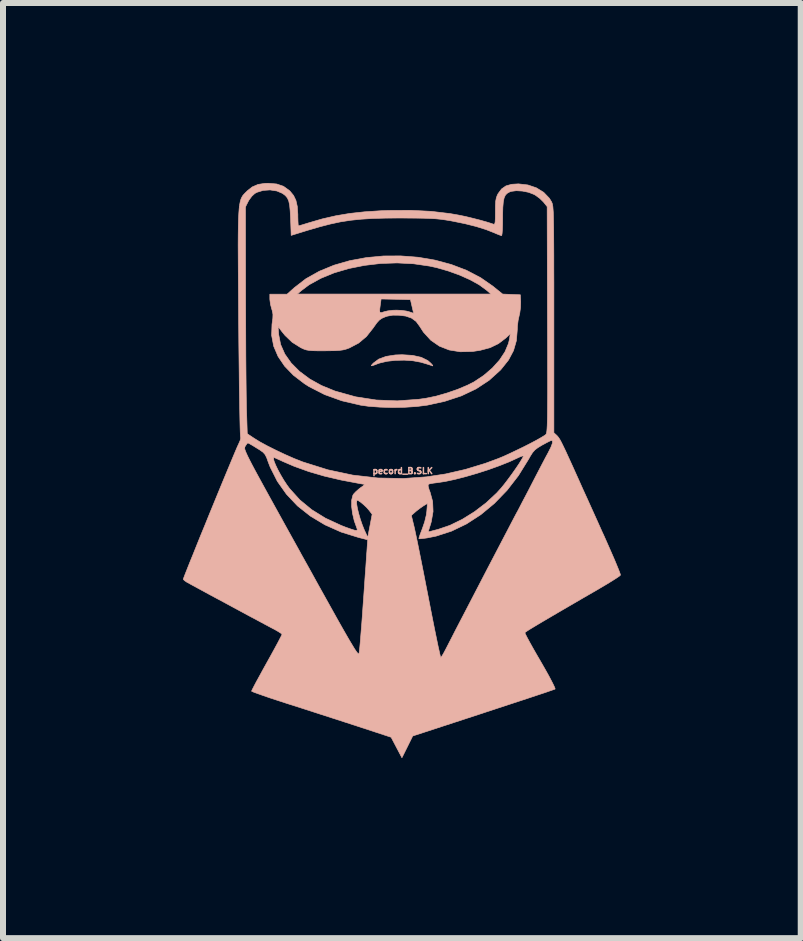
<source format=kicad_pcb>
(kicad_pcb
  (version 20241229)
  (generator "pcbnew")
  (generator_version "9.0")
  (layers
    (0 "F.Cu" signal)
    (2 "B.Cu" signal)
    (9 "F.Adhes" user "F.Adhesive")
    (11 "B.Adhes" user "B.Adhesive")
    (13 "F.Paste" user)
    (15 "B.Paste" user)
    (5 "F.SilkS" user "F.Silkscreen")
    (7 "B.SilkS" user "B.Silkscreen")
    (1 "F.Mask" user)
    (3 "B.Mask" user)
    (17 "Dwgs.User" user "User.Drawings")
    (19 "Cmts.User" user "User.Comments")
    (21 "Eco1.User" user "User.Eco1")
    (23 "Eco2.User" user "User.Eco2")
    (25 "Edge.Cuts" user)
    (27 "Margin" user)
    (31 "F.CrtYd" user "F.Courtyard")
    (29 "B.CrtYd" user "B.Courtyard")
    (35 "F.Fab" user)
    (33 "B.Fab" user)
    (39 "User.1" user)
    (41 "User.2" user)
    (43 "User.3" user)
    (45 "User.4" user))
  (footprint "pecord_B.SLK"
    (layer "F.Cu")
    (at 3.663 4.8)
    (property "Reference" "pecord_B.SLK" (at 0 0 0) (layer "B.SilkS") (effects (font (size 0.1 0.1) (thickness 0.025))))
    (attr board_only exclude_from_pos_files exclude_from_bom)
    (fp_poly (pts (xy 0.165 -1.926) (xy 0.308 -1.894) (xy 0.418 -1.84) (xy 0.469 -1.795) (xy 0.499 -1.761) (xy 0.501 -1.75) (xy 0.478 -1.758) (xy 0.438 -1.771) (xy 0.373 -1.791) (xy 0.297 -1.813) (xy 0.295 -1.813) (xy 0.171 -1.836) (xy 0.028 -1.846) (xy -0.121 -1.843) (xy -0.262 -1.827) (xy -0.381 -1.799) (xy -0.406 -1.791) (xy -0.477 -1.764) (xy -0.515 -1.752) (xy -0.524 -1.755) (xy -0.51 -1.775) (xy -0.488 -1.798) (xy -0.399 -1.864) (xy -0.277 -1.909) (xy -0.123 -1.933) (xy -0.01 -1.937) (xy 0.165 -1.926)) (stroke (width 0.01) (type solid)) (fill yes) (layer "B.SilkS"))
    (fp_poly (pts (xy 0.256 -3.562) (xy 0.538 -3.514) (xy 0.809 -3.441) (xy 1.064 -3.344) (xy 1.299 -3.221) (xy 1.502 -3.08) (xy 1.665 -2.948) (xy 1.813 -2.942) (xy 1.961 -2.936) (xy 1.967 -2.818) (xy 1.964 -2.725) (xy 1.951 -2.629) (xy 1.942 -2.591) (xy 1.924 -2.508) (xy 1.912 -2.411) (xy 1.91 -2.353) (xy 1.895 -2.171) (xy 1.847 -2.005) (xy 1.764 -1.849) (xy 1.643 -1.697) (xy 1.627 -1.679) (xy 1.44 -1.51) (xy 1.224 -1.368) (xy 0.978 -1.251) (xy 0.701 -1.16) (xy 0.409 -1.096) (xy 0.236 -1.074) (xy 0.039 -1.061) (xy -0.17 -1.057) (xy -0.377 -1.063) (xy -0.568 -1.077) (xy -0.702 -1.096) (xy -1.015 -1.169) (xy -1.301 -1.272) (xy -1.561 -1.405) (xy -1.638 -1.454) (xy -1.821 -1.594) (xy -1.968 -1.746) (xy -2.078 -1.909) (xy -2.151 -2.08) (xy -2.185 -2.259) (xy -2.18 -2.408) (xy -2.078 -2.408) (xy -2.067 -2.272) (xy -2.035 -2.107) (xy -1.965 -1.948) (xy -1.859 -1.798) (xy -1.72 -1.659) (xy -1.551 -1.533) (xy -1.355 -1.424) (xy -1.133 -1.333) (xy -1.121 -1.329) (xy -0.783 -1.235) (xy -0.44 -1.182) (xy -0.09 -1.168) (xy 0.267 -1.194) (xy 0.386 -1.211) (xy 0.556 -1.246) (xy 0.737 -1.298) (xy 0.917 -1.36) (xy 1.08 -1.429) (xy 1.189 -1.484) (xy 1.351 -1.592) (xy 1.494 -1.715) (xy 1.614 -1.848) (xy 1.705 -1.986) (xy 1.763 -2.124) (xy 1.78 -2.196) (xy 1.793 -2.286) (xy 1.715 -2.212) (xy 1.595 -2.121) (xy 1.456 -2.054) (xy 1.291 -2.01) (xy 1.165 -1.991) (xy 0.959 -1.986) (xy 0.774 -2.016) (xy 0.611 -2.08) (xy 0.468 -2.179) (xy 0.346 -2.313) (xy 0.284 -2.409) (xy 0.224 -2.491) (xy 0.148 -2.547) (xy 0.05 -2.581) (xy -0.061 -2.595) (xy -0.166 -2.596) (xy -0.255 -2.58) (xy -0.294 -2.567) (xy -0.349 -2.543) (xy -0.391 -2.513) (xy -0.432 -2.468) (xy -0.482 -2.398) (xy -0.493 -2.382) (xy -0.605 -2.24) (xy -0.735 -2.131) (xy -0.889 -2.05) (xy -0.894 -2.048) (xy -0.944 -2.03) (xy -0.995 -2.017) (xy -1.054 -2.009) (xy -1.131 -2.004) (xy -1.236 -2.003) (xy -1.3 -2.002) (xy -1.417 -2.002) (xy -1.501 -2.004) (xy -1.562 -2.009) (xy -1.608 -2.017) (xy -1.649 -2.031) (xy -1.692 -2.051) (xy -1.707 -2.059) (xy -1.843 -2.145) (xy -1.961 -2.258) (xy -2.017 -2.327) (xy -2.078 -2.408) (xy -2.18 -2.408) (xy -2.179 -2.443) (xy -2.177 -2.457) (xy -2.165 -2.545) (xy -2.163 -2.607) (xy -2.17 -2.653) (xy -0.384 -2.653) (xy -0.373 -2.637) (xy -0.346 -2.641) (xy -0.31 -2.653) (xy -0.248 -2.668) (xy -0.165 -2.678) (xy -0.102 -2.68) (xy -0.018 -2.676) (xy 0.061 -2.665) (xy 0.107 -2.653) (xy 0.154 -2.637) (xy 0.18 -2.629) (xy 0.182 -2.629) (xy 0.177 -2.648) (xy 0.166 -2.696) (xy 0.155 -2.743) (xy 0.129 -2.855) (xy -0.116 -2.861) (xy -0.36 -2.866) (xy -0.373 -2.771) (xy -0.383 -2.696) (xy -0.384 -2.653) (xy -2.17 -2.653) (xy -2.171 -2.659) (xy -2.184 -2.701) (xy -2.204 -2.776) (xy -2.214 -2.852) (xy -2.215 -2.868) (xy -2.215 -2.946) (xy -2.071 -2.946) (xy -1.927 -2.946) (xy -1.925 -2.948) (xy -1.758 -2.948) (xy 1.473 -2.948) (xy 1.392 -3.017) (xy 1.274 -3.103) (xy 1.124 -3.186) (xy 0.95 -3.264) (xy 0.762 -3.332) (xy 0.568 -3.388) (xy 0.449 -3.414) (xy 0.182 -3.453) (xy -0.092 -3.467) (xy -0.367 -3.458) (xy -0.637 -3.426) (xy -0.897 -3.374) (xy -1.142 -3.302) (xy -1.364 -3.211) (xy -1.56 -3.103) (xy -1.692 -3.004) (xy -1.758 -2.948) (xy -1.925 -2.948) (xy -1.808 -3.053) (xy -1.614 -3.203) (xy -1.391 -3.328) (xy -1.146 -3.429) (xy -0.882 -3.505) (xy -0.606 -3.556) (xy -0.32 -3.583) (xy -0.032 -3.584) (xy 0.256 -3.562)) (stroke (width 0.01) (type solid)) (fill yes) (layer "B.SilkS"))
    (fp_poly (pts (xy -2.1 -4.783) (xy -1.988 -4.745) (xy -1.892 -4.676) (xy -1.878 -4.663) (xy -1.819 -4.591) (xy -1.78 -4.509) (xy -1.757 -4.407) (xy -1.748 -4.277) (xy -1.748 -4.238) (xy -1.746 -4.165) (xy -1.743 -4.11) (xy -1.739 -4.085) (xy -1.738 -4.084) (xy -1.716 -4.09) (xy -1.665 -4.105) (xy -1.594 -4.127) (xy -1.571 -4.134) (xy -1.341 -4.201) (xy -1.115 -4.253) (xy -0.884 -4.292) (xy -0.638 -4.319) (xy -0.365 -4.337) (xy -0.234 -4.342) (xy 0.135 -4.344) (xy 0.474 -4.327) (xy 0.787 -4.29) (xy 0.93 -4.265) (xy 1.043 -4.242) (xy 1.166 -4.212) (xy 1.288 -4.181) (xy 1.398 -4.15) (xy 1.484 -4.123) (xy 1.509 -4.114) (xy 1.524 -4.111) (xy 1.535 -4.122) (xy 1.541 -4.152) (xy 1.544 -4.208) (xy 1.545 -4.297) (xy 1.545 -4.321) (xy 1.546 -4.424) (xy 1.55 -4.497) (xy 1.56 -4.549) (xy 1.575 -4.592) (xy 1.59 -4.622) (xy 1.648 -4.7) (xy 1.721 -4.751) (xy 1.816 -4.778) (xy 1.93 -4.785) (xy 2.086 -4.767) (xy 2.228 -4.719) (xy 2.35 -4.644) (xy 2.444 -4.546) (xy 2.481 -4.486) (xy 2.487 -4.472) (xy 2.493 -4.456) (xy 2.498 -4.434) (xy 2.503 -4.405) (xy 2.506 -4.366) (xy 2.51 -4.314) (xy 2.512 -4.247) (xy 2.514 -4.162) (xy 2.516 -4.056) (xy 2.517 -3.928) (xy 2.518 -3.775) (xy 2.519 -3.594) (xy 2.519 -3.382) (xy 2.52 -3.138) (xy 2.52 -2.858) (xy 2.52 -2.54) (xy 2.52 -2.524) (xy 2.52 -0.636) (xy 2.562 -0.598) (xy 2.581 -0.579) (xy 2.599 -0.556) (xy 2.62 -0.524) (xy 2.645 -0.478) (xy 2.676 -0.415) (xy 2.717 -0.33) (xy 2.768 -0.218) (xy 2.833 -0.076) (xy 2.876 0.02) (xy 2.933 0.146) (xy 3.002 0.301) (xy 3.081 0.474) (xy 3.164 0.658) (xy 3.248 0.844) (xy 3.328 1.023) (xy 3.352 1.074) (xy 3.419 1.225) (xy 3.48 1.364) (xy 3.534 1.488) (xy 3.577 1.592) (xy 3.609 1.671) (xy 3.627 1.721) (xy 3.63 1.737) (xy 3.61 1.755) (xy 3.56 1.789) (xy 3.486 1.836) (xy 3.393 1.893) (xy 3.286 1.956) (xy 3.258 1.973) (xy 3.012 2.115) (xy 2.799 2.239) (xy 2.617 2.345) (xy 2.465 2.434) (xy 2.339 2.508) (xy 2.238 2.568) (xy 2.16 2.615) (xy 2.103 2.65) (xy 2.065 2.675) (xy 2.044 2.69) (xy 2.037 2.697) (xy 2.045 2.719) (xy 2.071 2.771) (xy 2.113 2.849) (xy 2.167 2.946) (xy 2.232 3.06) (xy 2.296 3.17) (xy 2.37 3.299) (xy 2.434 3.413) (xy 2.484 3.508) (xy 2.52 3.58) (xy 2.539 3.624) (xy 2.54 3.637) (xy 2.518 3.645) (xy 2.46 3.665) (xy 2.371 3.696) (xy 2.253 3.735) (xy 2.109 3.783) (xy 1.945 3.837) (xy 1.762 3.897) (xy 1.564 3.962) (xy 1.354 4.031) (xy 1.343 4.035) (xy 0.167 4.419) (xy 0.077 4.601) (xy -0.013 4.782) (xy -0.103 4.611) (xy -0.193 4.44) (xy -0.762 4.253) (xy -0.944 4.194) (xy -1.151 4.127) (xy -1.371 4.056) (xy -1.59 3.985) (xy -1.795 3.919) (xy -1.925 3.878) (xy -2.072 3.83) (xy -2.207 3.786) (xy -2.323 3.746) (xy -2.416 3.713) (xy -2.482 3.689) (xy -2.516 3.674) (xy -2.519 3.671) (xy -2.51 3.649) (xy -2.483 3.596) (xy -2.442 3.518) (xy -2.388 3.42) (xy -2.326 3.306) (xy -2.266 3.198) (xy -2.197 3.074) (xy -2.135 2.961) (xy -2.083 2.865) (xy -2.044 2.79) (xy -2.019 2.742) (xy -2.012 2.725) (xy -2.028 2.708) (xy -2.073 2.679) (xy -2.137 2.642) (xy -2.159 2.631) (xy -2.216 2.601) (xy -2.3 2.556) (xy -2.406 2.499) (xy -2.53 2.433) (xy -2.665 2.36) (xy -2.808 2.283) (xy -2.952 2.205) (xy -3.094 2.129) (xy -3.228 2.057) (xy -3.349 1.991) (xy -3.452 1.935) (xy -3.533 1.891) (xy -3.585 1.862) (xy -3.602 1.853) (xy -3.64 1.826) (xy -3.658 1.806) (xy -3.658 1.805) (xy -3.65 1.782) (xy -3.629 1.726) (xy -3.595 1.64) (xy -3.551 1.529) (xy -3.497 1.397) (xy -3.437 1.247) (xy -3.371 1.083) (xy -3.3 0.911) (xy -3.228 0.733) (xy -3.154 0.553) (xy -3.082 0.377) (xy -3.012 0.207) (xy -2.946 0.048) (xy -2.886 -0.096) (xy -2.834 -0.221) (xy -2.791 -0.323) (xy -2.768 -0.377) (xy -2.634 -0.377) (xy -2.631 -0.358) (xy -2.622 -0.332) (xy -2.607 -0.296) (xy -2.585 -0.248) (xy -2.554 -0.186) (xy -2.514 -0.108) (xy -2.463 -0.012) (xy -2.4 0.104) (xy -2.324 0.243) (xy -2.234 0.407) (xy -2.129 0.597) (xy -2.008 0.816) (xy -1.869 1.067) (xy -1.712 1.35) (xy -1.7 1.373) (xy -1.54 1.66) (xy -1.4 1.914) (xy -1.276 2.136) (xy -1.169 2.328) (xy -1.077 2.493) (xy -0.999 2.631) (xy -0.933 2.746) (xy -0.879 2.839) (xy -0.835 2.912) (xy -0.801 2.968) (xy -0.775 3.007) (xy -0.756 3.032) (xy -0.743 3.046) (xy -0.734 3.049) (xy -0.729 3.044) (xy -0.727 3.039) (xy -0.723 3.005) (xy -0.715 2.935) (xy -0.706 2.835) (xy -0.696 2.709) (xy -0.684 2.563) (xy -0.672 2.403) (xy -0.662 2.256) (xy -0.649 2.079) (xy -0.637 1.906) (xy -0.626 1.744) (xy -0.615 1.599) (xy -0.607 1.477) (xy -0.601 1.386) (xy -0.597 1.341) (xy -0.584 1.148) (xy -0.734 1.11) (xy -1.027 1.019) (xy -1.296 0.899) (xy -1.539 0.753) (xy -1.754 0.583) (xy -1.938 0.388) (xy -2.09 0.173) (xy -2.209 -0.063) (xy -2.244 -0.154) (xy -2.263 -0.208) (xy -2.155 -0.208) (xy -2.145 -0.164) (xy -2.119 -0.099) (xy -2.081 -0.02) (xy -2.034 0.067) (xy -1.982 0.155) (xy -1.927 0.238) (xy -1.885 0.295) (xy -1.715 0.483) (xy -1.517 0.646) (xy -1.288 0.788) (xy -1.026 0.909) (xy -0.955 0.937) (xy -0.862 0.97) (xy -0.801 0.989) (xy -0.768 0.992) (xy -0.757 0.982) (xy -0.762 0.96) (xy -0.807 0.834) (xy -0.837 0.707) (xy -0.852 0.589) (xy -0.851 0.505) (xy -0.769 0.505) (xy -0.767 0.554) (xy -0.755 0.625) (xy -0.734 0.711) (xy -0.707 0.804) (xy -0.675 0.897) (xy -0.641 0.982) (xy -0.639 0.986) (xy -0.583 1.107) (xy -0.546 0.916) (xy -0.513 0.742) (xy 0.144 0.742) (xy 0.191 0.935) (xy 0.204 0.994) (xy 0.224 1.088) (xy 0.25 1.212) (xy 0.28 1.362) (xy 0.314 1.532) (xy 0.351 1.718) (xy 0.389 1.914) (xy 0.429 2.117) (xy 0.429 2.118) (xy 0.467 2.313) (xy 0.503 2.495) (xy 0.536 2.66) (xy 0.566 2.806) (xy 0.591 2.927) (xy 0.612 3.02) (xy 0.626 3.082) (xy 0.634 3.108) (xy 0.635 3.109) (xy 0.65 3.092) (xy 0.678 3.046) (xy 0.714 2.979) (xy 0.744 2.921) (xy 0.772 2.866) (xy 0.817 2.779) (xy 0.875 2.665) (xy 0.946 2.528) (xy 1.027 2.373) (xy 1.115 2.203) (xy 1.208 2.024) (xy 1.304 1.839) (xy 1.4 1.654) (xy 1.495 1.472) (xy 1.586 1.298) (xy 1.671 1.135) (xy 1.747 0.99) (xy 1.812 0.865) (xy 1.864 0.766) (xy 1.901 0.696) (xy 1.91 0.681) (xy 1.944 0.616) (xy 1.992 0.523) (xy 2.05 0.413) (xy 2.112 0.294) (xy 2.164 0.193) (xy 2.226 0.073) (xy 2.288 -0.046) (xy 2.345 -0.155) (xy 2.392 -0.244) (xy 2.421 -0.297) (xy 2.471 -0.396) (xy 2.496 -0.464) (xy 2.496 -0.5) (xy 2.481 -0.508) (xy 2.455 -0.499) (xy 2.405 -0.474) (xy 2.339 -0.438) (xy 2.323 -0.43) (xy 2.254 -0.388) (xy 2.205 -0.351) (xy 2.165 -0.306) (xy 2.125 -0.243) (xy 2.096 -0.191) (xy 1.928 0.08) (xy 1.738 0.325) (xy 1.528 0.542) (xy 1.302 0.729) (xy 1.063 0.884) (xy 0.814 1.004) (xy 0.557 1.087) (xy 0.408 1.117) (xy 0.34 1.126) (xy 0.29 1.131) (xy 0.27 1.13) (xy 0.274 1.11) (xy 0.29 1.06) (xy 0.316 0.992) (xy 0.327 0.963) (xy 0.366 0.85) (xy 0.393 0.737) (xy 0.402 0.673) (xy 0.412 0.543) (xy 0.351 0.579) (xy 0.297 0.616) (xy 0.235 0.663) (xy 0.217 0.678) (xy 0.144 0.742) (xy -0.513 0.742) (xy -0.509 0.724) (xy -0.56 0.657) (xy -0.601 0.61) (xy -0.653 0.561) (xy -0.704 0.519) (xy -0.745 0.492) (xy -0.759 0.488) (xy -0.769 0.505) (xy -0.851 0.505) (xy -0.851 0.487) (xy -0.832 0.41) (xy -0.821 0.389) (xy -0.784 0.349) (xy -0.731 0.302) (xy -0.708 0.284) (xy -0.659 0.249) (xy 0.423 0.249) (xy 0.439 0.309) (xy 0.457 0.356) (xy 0.499 0.51) (xy 0.506 0.677) (xy 0.476 0.848) (xy 0.468 0.877) (xy 0.447 0.943) (xy 0.432 0.992) (xy 0.427 1.012) (xy 0.443 1.013) (xy 0.462 1.008) (xy 0.503 0.997) (xy 0.564 0.981) (xy 0.589 0.975) (xy 0.788 0.907) (xy 0.993 0.807) (xy 1.197 0.68) (xy 1.391 0.532) (xy 1.567 0.368) (xy 1.641 0.286) (xy 1.695 0.22) (xy 1.756 0.14) (xy 1.82 0.053) (xy 1.882 -0.035) (xy 1.937 -0.116) (xy 1.979 -0.184) (xy 2.006 -0.231) (xy 2.012 -0.249) (xy 1.996 -0.249) (xy 1.954 -0.234) (xy 1.915 -0.216) (xy 1.776 -0.152) (xy 1.61 -0.086) (xy 1.427 -0.02) (xy 1.237 0.041) (xy 1.047 0.096) (xy 0.868 0.142) (xy 0.708 0.176) (xy 0.584 0.195) (xy 0.512 0.204) (xy 0.456 0.214) (xy 0.429 0.222) (xy 0.423 0.249) (xy -0.659 0.249) (xy -0.627 0.226) (xy -0.705 0.213) (xy -1.023 0.153) (xy -1.309 0.086) (xy -1.569 0.01) (xy -1.81 -0.077) (xy -1.989 -0.154) (xy -2.059 -0.186) (xy -2.114 -0.211) (xy -2.144 -0.223) (xy -2.147 -0.224) (xy -2.155 -0.208) (xy -2.263 -0.208) (xy -2.27 -0.226) (xy -2.295 -0.274) (xy -2.328 -0.311) (xy -2.38 -0.348) (xy -2.432 -0.38) (xy -2.498 -0.421) (xy -2.55 -0.451) (xy -2.579 -0.466) (xy -2.581 -0.467) (xy -2.598 -0.452) (xy -2.623 -0.414) (xy -2.625 -0.411) (xy -2.63 -0.402) (xy -2.634 -0.391) (xy -2.634 -0.377) (xy -2.768 -0.377) (xy -2.759 -0.398) (xy -2.739 -0.442) (xy -2.735 -0.45) (xy -2.71 -0.507) (xy -2.7 -0.548) (xy -2.703 -0.561) (xy -2.705 -0.584) (xy -2.708 -0.644) (xy -2.711 -0.739) (xy -2.714 -0.866) (xy -2.717 -1.023) (xy -2.72 -1.205) (xy -2.724 -1.412) (xy -2.726 -1.638) (xy -2.729 -1.883) (xy -2.732 -2.142) (xy -2.734 -2.414) (xy -2.735 -2.459) (xy -2.737 -2.792) (xy -2.739 -3.087) (xy -2.741 -3.347) (xy -2.742 -3.573) (xy -2.743 -3.769) (xy -2.742 -3.937) (xy -2.74 -4.079) (xy -2.737 -4.198) (xy -2.732 -4.296) (xy -2.726 -4.376) (xy -2.723 -4.401) (xy -2.621 -4.401) (xy -2.619 -2.886) (xy -2.618 -2.63) (xy -2.617 -2.377) (xy -2.616 -2.132) (xy -2.615 -1.898) (xy -2.613 -1.68) (xy -2.611 -1.482) (xy -2.609 -1.31) (xy -2.607 -1.165) (xy -2.605 -1.055) (xy -2.603 -0.996) (xy -2.591 -0.62) (xy -2.479 -0.545) (xy -2.382 -0.485) (xy -2.257 -0.417) (xy -2.113 -0.345) (xy -1.961 -0.273) (xy -1.811 -0.207) (xy -1.672 -0.152) (xy -1.654 -0.146) (xy -1.246 -0.018) (xy -0.832 0.07) (xy -0.412 0.118) (xy 0.015 0.126) (xy 0.396 0.099) (xy 0.714 0.051) (xy 1.045 -0.025) (xy 1.376 -0.126) (xy 1.59 -0.205) (xy 1.68 -0.242) (xy 1.785 -0.29) (xy 1.9 -0.345) (xy 2.018 -0.402) (xy 2.13 -0.459) (xy 2.23 -0.512) (xy 2.311 -0.558) (xy 2.366 -0.592) (xy 2.382 -0.604) (xy 2.389 -0.611) (xy 2.394 -0.622) (xy 2.399 -0.64) (xy 2.403 -0.667) (xy 2.406 -0.705) (xy 2.409 -0.757) (xy 2.411 -0.825) (xy 2.413 -0.912) (xy 2.414 -1.021) (xy 2.415 -1.153) (xy 2.416 -1.312) (xy 2.416 -1.499) (xy 2.415 -1.718) (xy 2.415 -1.97) (xy 2.414 -2.259) (xy 2.413 -2.521) (xy 2.408 -4.406) (xy 2.345 -4.484) (xy 2.286 -4.542) (xy 2.214 -4.595) (xy 2.189 -4.609) (xy 2.099 -4.644) (xy 1.995 -4.665) (xy 1.894 -4.671) (xy 1.809 -4.66) (xy 1.788 -4.653) (xy 1.745 -4.63) (xy 1.713 -4.599) (xy 1.691 -4.552) (xy 1.677 -4.486) (xy 1.669 -4.392) (xy 1.666 -4.266) (xy 1.666 -4.217) (xy 1.665 -4.113) (xy 1.662 -4.025) (xy 1.657 -3.96) (xy 1.651 -3.925) (xy 1.648 -3.922) (xy 1.621 -3.93) (xy 1.57 -3.95) (xy 1.521 -3.971) (xy 1.389 -4.023) (xy 1.226 -4.074) (xy 1.039 -4.121) (xy 0.838 -4.162) (xy 0.792 -4.171) (xy 0.71 -4.184) (xy 0.631 -4.195) (xy 0.55 -4.203) (xy 0.459 -4.208) (xy 0.351 -4.212) (xy 0.221 -4.214) (xy 0.06 -4.215) (xy -0.041 -4.216) (xy -0.288 -4.214) (xy -0.502 -4.208) (xy -0.693 -4.196) (xy -0.868 -4.178) (xy -1.036 -4.152) (xy -1.204 -4.116) (xy -1.382 -4.07) (xy -1.577 -4.013) (xy -1.636 -3.995) (xy -1.859 -3.926) (xy -1.869 -4.204) (xy -1.876 -4.334) (xy -1.885 -4.43) (xy -1.9 -4.5) (xy -1.923 -4.551) (xy -1.956 -4.59) (xy -2.001 -4.624) (xy -2.001 -4.625) (xy -2.097 -4.666) (xy -2.211 -4.684) (xy -2.326 -4.676) (xy -2.43 -4.644) (xy -2.465 -4.625) (xy -2.514 -4.58) (xy -2.561 -4.517) (xy -2.576 -4.491) (xy -2.621 -4.401) (xy -2.723 -4.401) (xy -2.718 -4.44) (xy -2.708 -4.491) (xy -2.696 -4.532) (xy -2.681 -4.564) (xy -2.665 -4.591) (xy -2.645 -4.614) (xy -2.623 -4.637) (xy -2.598 -4.661) (xy -2.594 -4.666) (xy -2.508 -4.734) (xy -2.411 -4.776) (xy -2.293 -4.794) (xy -2.238 -4.795) (xy -2.1 -4.783)) (stroke (width 0.01) (type solid)) (fill yes) (layer "B.SilkS")))
  (gr_rect
    (start -3 -3)
    (end 10.298 12.588)
    (stroke (width 0.1) (type default))
    (fill no)
    (layer "Edge.Cuts")))
</source>
